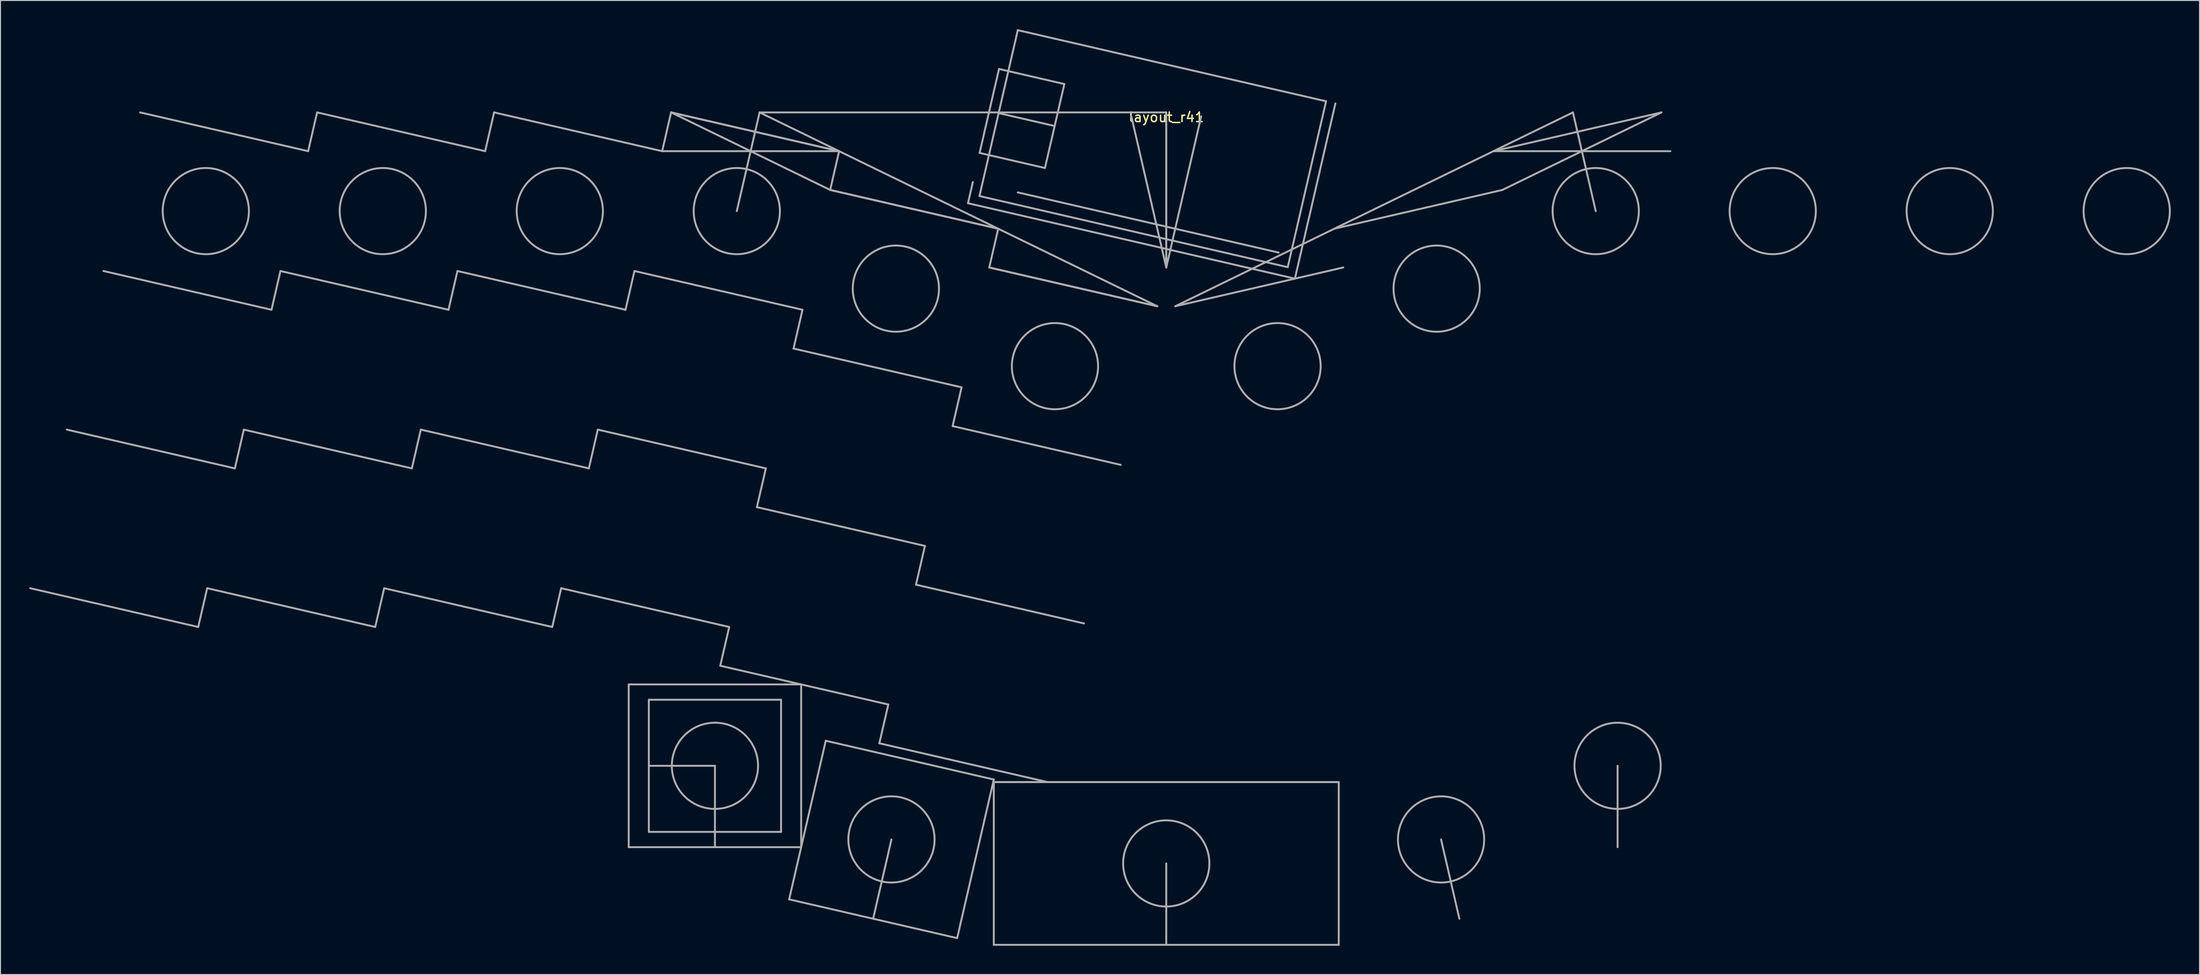
<source format=kicad_pcb>
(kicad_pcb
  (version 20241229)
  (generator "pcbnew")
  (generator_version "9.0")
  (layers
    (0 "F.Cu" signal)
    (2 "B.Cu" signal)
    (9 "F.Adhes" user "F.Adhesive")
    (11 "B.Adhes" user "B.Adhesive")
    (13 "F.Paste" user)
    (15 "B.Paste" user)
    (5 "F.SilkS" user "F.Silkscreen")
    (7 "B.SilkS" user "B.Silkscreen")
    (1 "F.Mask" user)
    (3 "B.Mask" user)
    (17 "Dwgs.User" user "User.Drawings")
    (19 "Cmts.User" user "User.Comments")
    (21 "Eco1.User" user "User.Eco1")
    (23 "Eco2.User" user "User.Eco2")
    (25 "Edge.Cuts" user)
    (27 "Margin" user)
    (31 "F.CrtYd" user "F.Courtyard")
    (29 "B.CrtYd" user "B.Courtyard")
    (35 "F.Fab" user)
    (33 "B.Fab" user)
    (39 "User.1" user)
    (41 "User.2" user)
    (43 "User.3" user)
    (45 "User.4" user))
  (footprint "layout_r41"
    (layer "F.Cu")
    (at 118.674 8.69)
    (property "Reference" "layout_r41" (at 0 0.5 0) (layer "F.SilkS") (effects (font (size 1 1) (thickness 0.15))))
    (attr through_hole)
    (fp_line (start -101.035 53.742) (end -118.574 49.693) (stroke (width 0.2) (type solid)) (layer "F.Fab"))
    (fp_line (start -100.101 49.693) (end -101.035 53.742) (stroke (width 0.2) (type solid)) (layer "F.Fab"))
    (fp_line (start -97.211 37.178) (end -114.75 33.129) (stroke (width 0.2) (type solid)) (layer "F.Fab"))
    (fp_line (start -96.276 33.129) (end -97.211 37.178) (stroke (width 0.2) (type solid)) (layer "F.Fab"))
    (fp_line (start -93.387 20.613) (end -110.926 16.564) (stroke (width 0.2) (type solid)) (layer "F.Fab"))
    (fp_line (start -92.452 16.564) (end -93.387 20.613) (stroke (width 0.2) (type solid)) (layer "F.Fab"))
    (fp_line (start -89.563 4.049) (end -107.102 0) (stroke (width 0.2) (type solid)) (layer "F.Fab"))
    (fp_line (start -88.628 0) (end -89.563 4.049) (stroke (width 0.2) (type solid)) (layer "F.Fab"))
    (fp_line (start -82.562 53.742) (end -100.101 49.693) (stroke (width 0.2) (type solid)) (layer "F.Fab"))
    (fp_line (start -81.627 49.693) (end -82.562 53.742) (stroke (width 0.2) (type solid)) (layer "F.Fab"))
    (fp_line (start -78.738 37.178) (end -96.276 33.129) (stroke (width 0.2) (type solid)) (layer "F.Fab"))
    (fp_line (start -77.803 33.129) (end -78.738 37.178) (stroke (width 0.2) (type solid)) (layer "F.Fab"))
    (fp_line (start -74.914 20.613) (end -92.452 16.564) (stroke (width 0.2) (type solid)) (layer "F.Fab"))
    (fp_line (start -73.979 16.564) (end -74.914 20.613) (stroke (width 0.2) (type solid)) (layer "F.Fab"))
    (fp_line (start -71.089 4.049) (end -88.628 0) (stroke (width 0.2) (type solid)) (layer "F.Fab"))
    (fp_line (start -70.155 0) (end -71.089 4.049) (stroke (width 0.2) (type solid)) (layer "F.Fab"))
    (fp_line (start -64.088 53.742) (end -81.627 49.693) (stroke (width 0.2) (type solid)) (layer "F.Fab"))
    (fp_line (start -64.088 53.742) (end -63.154 49.693) (stroke (width 0.2) (type solid)) (layer "F.Fab"))
    (fp_line (start -63.154 49.693) (end -45.615 53.742) (stroke (width 0.2) (type solid)) (layer "F.Fab"))
    (fp_line (start -60.264 37.178) (end -77.803 33.129) (stroke (width 0.2) (type solid)) (layer "F.Fab"))
    (fp_line (start -60.264 37.178) (end -59.33 33.129) (stroke (width 0.2) (type solid)) (layer "F.Fab"))
    (fp_line (start -59.33 33.129) (end -41.791 37.178) (stroke (width 0.2) (type solid)) (layer "F.Fab"))
    (fp_line (start -56.44 20.613) (end -73.979 16.564) (stroke (width 0.2) (type solid)) (layer "F.Fab"))
    (fp_line (start -56.44 20.613) (end -55.505 16.564) (stroke (width 0.2) (type solid)) (layer "F.Fab"))
    (fp_line (start -56.105 59.741) (end -38.105 59.741) (stroke (width 0.2) (type solid)) (layer "F.Fab"))
    (fp_line (start -56.105 76.741) (end -56.105 59.741) (stroke (width 0.2) (type solid)) (layer "F.Fab"))
    (fp_line (start -55.505 16.564) (end -37.967 20.613) (stroke (width 0.2) (type solid)) (layer "F.Fab"))
    (fp_line (start -54.005 61.341) (end -54.005 75.141) (stroke (width 0.2) (type solid)) (layer "F.Fab"))
    (fp_line (start -54.005 75.141) (end -40.205 75.141) (stroke (width 0.2) (type solid)) (layer "F.Fab"))
    (fp_line (start -52.616 4.049) (end -70.155 0) (stroke (width 0.2) (type solid)) (layer "F.Fab"))
    (fp_line (start -52.616 4.049) (end -51.681 0) (stroke (width 0.2) (type solid)) (layer "F.Fab"))
    (fp_line (start -51.681 0) (end -35.077 8.098) (stroke (width 0.2) (type solid)) (layer "F.Fab"))
    (fp_line (start -51.681 0) (end -34.143 4.049) (stroke (width 0.2) (type solid)) (layer "F.Fab"))
    (fp_line (start -51.681 0) (end -34.143 4.049) (stroke (width 0.2) (type solid)) (layer "F.Fab"))
    (fp_line (start -47.105 68.241) (end -54.005 68.241) (stroke (width 0.2) (type solid)) (layer "F.Fab"))
    (fp_line (start -47.105 76.741) (end -47.105 68.241) (stroke (width 0.2) (type solid)) (layer "F.Fab"))
    (fp_line (start -46.55 57.791) (end -29.011 61.84) (stroke (width 0.2) (type solid)) (layer "F.Fab"))
    (fp_line (start -45.615 53.742) (end -46.55 57.791) (stroke (width 0.2) (type solid)) (layer "F.Fab"))
    (fp_line (start -42.726 41.227) (end -25.187 45.276) (stroke (width 0.2) (type solid)) (layer "F.Fab"))
    (fp_line (start -42.444 0) (end -44.824 10.307) (stroke (width 0.2) (type solid)) (layer "F.Fab"))
    (fp_line (start -42.444 0) (end -0.935 20.246) (stroke (width 0.2) (type solid)) (layer "F.Fab"))
    (fp_line (start -41.791 37.178) (end -42.726 41.227) (stroke (width 0.2) (type solid)) (layer "F.Fab"))
    (fp_line (start -40.205 61.341) (end -54.005 61.341) (stroke (width 0.2) (type solid)) (layer "F.Fab"))
    (fp_line (start -40.205 75.141) (end -40.205 61.341) (stroke (width 0.2) (type solid)) (layer "F.Fab"))
    (fp_line (start -39.363 82.189) (end -21.824 86.238) (stroke (width 0.2) (type solid)) (layer "F.Fab"))
    (fp_line (start -38.901 24.663) (end -21.363 28.712) (stroke (width 0.2) (type solid)) (layer "F.Fab"))
    (fp_line (start -38.105 59.741) (end -38.105 76.741) (stroke (width 0.2) (type solid)) (layer "F.Fab"))
    (fp_line (start -38.105 76.741) (end -56.105 76.741) (stroke (width 0.2) (type solid)) (layer "F.Fab"))
    (fp_line (start -37.967 20.613) (end -38.901 24.663) (stroke (width 0.2) (type solid)) (layer "F.Fab"))
    (fp_line (start -35.539 65.624) (end -39.363 82.189) (stroke (width 0.2) (type solid)) (layer "F.Fab"))
    (fp_line (start -35.077 8.098) (end -17.539 12.147) (stroke (width 0.2) (type solid)) (layer "F.Fab"))
    (fp_line (start -35.077 8.098) (end -17.539 12.147) (stroke (width 0.2) (type solid)) (layer "F.Fab"))
    (fp_line (start -34.143 4.049) (end -52.616 4.049) (stroke (width 0.2) (type solid)) (layer "F.Fab"))
    (fp_line (start -34.143 4.049) (end -35.077 8.098) (stroke (width 0.2) (type solid)) (layer "F.Fab"))
    (fp_line (start -29.946 65.889) (end -12.407 69.938) (stroke (width 0.2) (type solid)) (layer "F.Fab"))
    (fp_line (start -29.011 61.84) (end -29.946 65.889) (stroke (width 0.2) (type solid)) (layer "F.Fab"))
    (fp_line (start -28.681 75.931) (end -30.593 84.213) (stroke (width 0.2) (type solid)) (layer "F.Fab"))
    (fp_line (start -26.122 49.325) (end -8.583 53.374) (stroke (width 0.2) (type solid)) (layer "F.Fab"))
    (fp_line (start -25.187 45.276) (end -26.122 49.325) (stroke (width 0.2) (type solid)) (layer "F.Fab"))
    (fp_line (start -22.298 32.761) (end -4.759 36.81) (stroke (width 0.2) (type solid)) (layer "F.Fab"))
    (fp_line (start -21.824 86.238) (end -18 69.674) (stroke (width 0.2) (type solid)) (layer "F.Fab"))
    (fp_line (start -21.363 28.712) (end -22.298 32.761) (stroke (width 0.2) (type solid)) (layer "F.Fab"))
    (fp_line (start -20.695 9.484) (end 13.428 17.361) (stroke (width 0.2) (type solid)) (layer "F.Fab"))
    (fp_line (start -20.184 7.272) (end -20.695 9.484) (stroke (width 0.2) (type solid)) (layer "F.Fab"))
    (fp_line (start -19.495 8.734) (end -15.496 -8.59) (stroke (width 0.2) (type solid)) (layer "F.Fab"))
    (fp_line (start -19.482 4.232) (end -12.661 5.806) (stroke (width 0.2) (type solid)) (layer "F.Fab"))
    (fp_line (start -18.473 16.196) (end -0.935 20.246) (stroke (width 0.2) (type solid)) (layer "F.Fab"))
    (fp_line (start -18.473 16.196) (end -0.935 20.246) (stroke (width 0.2) (type solid)) (layer "F.Fab"))
    (fp_line (start -18 69.674) (end -35.539 65.624) (stroke (width 0.2) (type solid)) (layer "F.Fab"))
    (fp_line (start -18 69.938) (end 18 69.938) (stroke (width 0.2) (type solid)) (layer "F.Fab"))
    (fp_line (start -18 69.938) (end 18 69.938) (stroke (width 0.2) (type solid)) (layer "F.Fab"))
    (fp_line (start -18 86.938) (end -18 69.938) (stroke (width 0.2) (type solid)) (layer "F.Fab"))
    (fp_line (start -17.539 12.147) (end -18.473 16.196) (stroke (width 0.2) (type solid)) (layer "F.Fab"))
    (fp_line (start -17.495 0.072) (end -11.649 1.422) (stroke (width 0.2) (type solid)) (layer "F.Fab"))
    (fp_line (start -17.457 -4.538) (end -19.482 4.232) (stroke (width 0.2) (type solid)) (layer "F.Fab"))
    (fp_line (start -15.497 8.354) (end 11.727 14.639) (stroke (width 0.2) (type solid)) (layer "F.Fab"))
    (fp_line (start -15.496 -8.59) (end 16.678 -1.162) (stroke (width 0.2) (type solid)) (layer "F.Fab"))
    (fp_line (start -12.661 5.806) (end -10.637 -2.963) (stroke (width 0.2) (type solid)) (layer "F.Fab"))
    (fp_line (start -10.637 -2.963) (end -17.457 -4.538) (stroke (width 0.2) (type solid)) (layer "F.Fab"))
    (fp_line (start 0 0) (end -42.444 0) (stroke (width 0.2) (type solid)) (layer "F.Fab"))
    (fp_line (start 0 0) (end 0 16.196) (stroke (width 0.2) (type solid)) (layer "F.Fab"))
    (fp_line (start 0 0) (end 0 16.196) (stroke (width 0.2) (type solid)) (layer "F.Fab"))
    (fp_line (start 0 16.196) (end -3.643 0.415) (stroke (width 0.2) (type solid)) (layer "F.Fab"))
    (fp_line (start 0 16.196) (end 3.643 0.415) (stroke (width 0.2) (type solid)) (layer "F.Fab"))
    (fp_line (start 0 78.438) (end 0 86.938) (stroke (width 0.2) (type solid)) (layer "F.Fab"))
    (fp_line (start 12.679 16.162) (end -19.495 8.734) (stroke (width 0.2) (type solid)) (layer "F.Fab"))
    (fp_line (start 13.428 17.361) (end 17.653 -0.937) (stroke (width 0.2) (type solid)) (layer "F.Fab"))
    (fp_line (start 16.678 -1.162) (end 12.679 16.162) (stroke (width 0.2) (type solid)) (layer "F.Fab"))
    (fp_line (start 18 69.938) (end 18 86.938) (stroke (width 0.2) (type solid)) (layer "F.Fab"))
    (fp_line (start 18 86.938) (end -18 86.938) (stroke (width 0.2) (type solid)) (layer "F.Fab"))
    (fp_line (start 18.473 16.196) (end 0.935 20.246) (stroke (width 0.2) (type solid)) (layer "F.Fab"))
    (fp_line (start 28.681 75.931) (end 30.593 84.213) (stroke (width 0.2) (type solid)) (layer "F.Fab"))
    (fp_line (start 34.143 4.049) (end 52.616 4.049) (stroke (width 0.2) (type solid)) (layer "F.Fab"))
    (fp_line (start 35.077 8.098) (end 17.539 12.147) (stroke (width 0.2) (type solid)) (layer "F.Fab"))
    (fp_line (start 42.444 0) (end 0.935 20.246) (stroke (width 0.2) (type solid)) (layer "F.Fab"))
    (fp_line (start 42.444 0) (end 44.824 10.307) (stroke (width 0.2) (type solid)) (layer "F.Fab"))
    (fp_line (start 47.105 76.741) (end 47.105 68.241) (stroke (width 0.2) (type solid)) (layer "F.Fab"))
    (fp_line (start 51.681 0) (end 34.143 4.049) (stroke (width 0.2) (type solid)) (layer "F.Fab"))
    (fp_line (start 51.681 0) (end 35.077 8.098) (stroke (width 0.2) (type solid)) (layer "F.Fab"))
    (fp_circle (center -100.244 10.307) (end -95.744 10.307) (stroke (width 0.2) (type solid)) (fill no) (layer "F.Fab"))
    (fp_circle (center -81.771 10.307) (end -77.271 10.307) (stroke (width 0.2) (type solid)) (fill no) (layer "F.Fab"))
    (fp_circle (center -63.297 10.307) (end -58.797 10.307) (stroke (width 0.2) (type solid)) (fill no) (layer "F.Fab"))
    (fp_circle (center -47.105 68.241) (end -42.605 68.241) (stroke (width 0.2) (type solid)) (fill no) (layer "F.Fab"))
    (fp_circle (center -44.824 10.307) (end -40.324 10.307) (stroke (width 0.2) (type solid)) (fill no) (layer "F.Fab"))
    (fp_circle (center -28.681 75.931) (end -24.181 75.931) (stroke (width 0.2) (type solid)) (fill no) (layer "F.Fab"))
    (fp_circle (center -28.22 18.405) (end -23.72 18.405) (stroke (width 0.2) (type solid)) (fill no) (layer "F.Fab"))
    (fp_circle (center -11.616 26.503) (end -7.116 26.503) (stroke (width 0.2) (type solid)) (fill no) (layer "F.Fab"))
    (fp_circle (center 0 78.438) (end 4.5 78.438) (stroke (width 0.2) (type solid)) (fill no) (layer "F.Fab"))
    (fp_circle (center 11.616 26.503) (end 16.116 26.503) (stroke (width 0.2) (type solid)) (fill no) (layer "F.Fab"))
    (fp_circle (center 28.22 18.405) (end 32.72 18.405) (stroke (width 0.2) (type solid)) (fill no) (layer "F.Fab"))
    (fp_circle (center 28.681 75.931) (end 33.181 75.931) (stroke (width 0.2) (type solid)) (fill no) (layer "F.Fab"))
    (fp_circle (center 44.824 10.307) (end 49.324 10.307) (stroke (width 0.2) (type solid)) (fill no) (layer "F.Fab"))
    (fp_circle (center 47.105 68.241) (end 51.605 68.241) (stroke (width 0.2) (type solid)) (fill no) (layer "F.Fab"))
    (fp_circle (center 63.297 10.307) (end 67.797 10.307) (stroke (width 0.2) (type solid)) (fill no) (layer "F.Fab"))
    (fp_circle (center 81.771 10.307) (end 86.271 10.307) (stroke (width 0.2) (type solid)) (fill no) (layer "F.Fab"))
    (fp_circle (center 100.244 10.307) (end 104.744 10.307) (stroke (width 0.2) (type solid)) (fill no) (layer "F.Fab")))
  (gr_rect
    (start -3 -3)
    (end 226.518 98.729)
    (stroke (width 0.1) (type default))
    (fill no)
    (layer "Edge.Cuts")))
</source>
